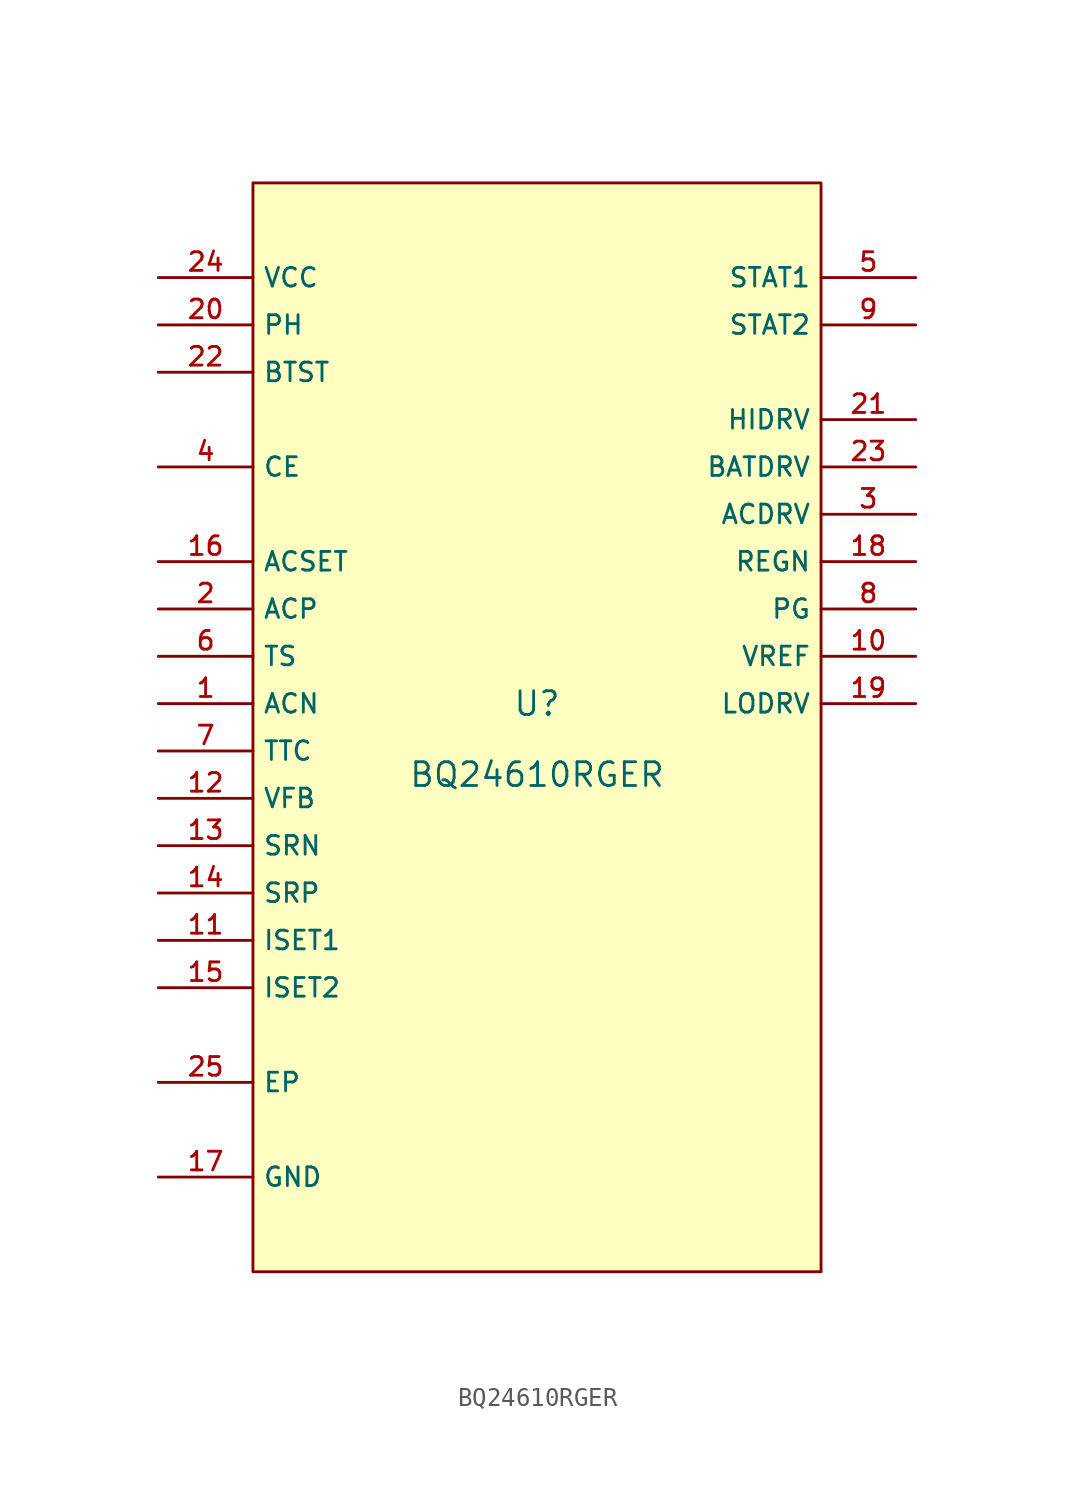
<source format=kicad_sym>
(kicad_symbol_lib
  (version 20210201)
  (generator TousstNicolas/JLC2KiCad_lib)
  (symbol "BQ24610RGER"
    (property "Reference" "U"
      (at 0 1.27 0)
      (effects (font (size 1.27 1.27))))
    (property "Value" "BQ24610RGER"
      (at 0 -2.54 0)
      (effects (font (size 1.27 1.27))))
    (symbol "BQ24610RGER_0_1"
      (pin power_in line (at -20.32 24.13 0) (length 5.08) (name "VCC" (effects (font (size 1 1)))) (number "24" (effects (font (size 1 1)))))
      (pin power_in line (at -20.32 21.59 0) (length 5.08) (name "PH" (effects (font (size 1 1)))) (number "20" (effects (font (size 1 1)))))
      (pin power_in line (at -20.32 19.05 0) (length 5.08) (name "BTST" (effects (font (size 1 1)))) (number "22" (effects (font (size 1 1)))))
      (pin input line (at -20.32 13.97 0) (length 5.08) (name "CE" (effects (font (size 1 1)))) (number "4" (effects (font (size 1 1)))))
      (pin input line (at -20.32 8.89 0) (length 5.08) (name "ACSET" (effects (font (size 1 1)))) (number "16" (effects (font (size 1 1)))))
      (pin unspecified line (at -20.32 6.35 0) (length 5.08) (name "ACP" (effects (font (size 1 1)))) (number "2" (effects (font (size 1 1)))))
      (pin input line (at -20.32 3.81 0) (length 5.08) (name "TS" (effects (font (size 1 1)))) (number "6" (effects (font (size 1 1)))))
      (pin unspecified line (at -20.32 1.27 0) (length 5.08) (name "ACN" (effects (font (size 1 1)))) (number "1" (effects (font (size 1 1)))))
      (pin input line (at -20.32 -1.27 0) (length 5.08) (name "TTC" (effects (font (size 1 1)))) (number "7" (effects (font (size 1 1)))))
      (pin unspecified line (at -20.32 -3.81 0) (length 5.08) (name "VFB" (effects (font (size 1 1)))) (number "12" (effects (font (size 1 1)))))
      (pin unspecified line (at -20.32 -6.35 0) (length 5.08) (name "SRN" (effects (font (size 1 1)))) (number "13" (effects (font (size 1 1)))))
      (pin unspecified line (at -20.32 -8.89 0) (length 5.08) (name "SRP" (effects (font (size 1 1)))) (number "14" (effects (font (size 1 1)))))
      (pin input line (at -20.32 -11.43 0) (length 5.08) (name "ISET1" (effects (font (size 1 1)))) (number "11" (effects (font (size 1 1)))))
      (pin input line (at -20.32 -13.97 0) (length 5.08) (name "ISET2" (effects (font (size 1 1)))) (number "15" (effects (font (size 1 1)))))
      (pin unspecified line (at -20.32 -19.05 0) (length 5.08) (name "EP" (effects (font (size 1 1)))) (number "25" (effects (font (size 1 1)))))
      (pin unspecified line (at -20.32 -24.13 0) (length 5.08) (name "GND" (effects (font (size 1 1)))) (number "17" (effects (font (size 1 1)))))
      (pin unspecified line (at 20.32 24.13 180) (length 5.08) (name "STAT1" (effects (font (size 1 1)))) (number "5" (effects (font (size 1 1)))))
      (pin unspecified line (at 20.32 21.59 180) (length 5.08) (name "STAT2" (effects (font (size 1 1)))) (number "9" (effects (font (size 1 1)))))
      (pin output line (at 20.32 16.51 180) (length 5.08) (name "HIDRV" (effects (font (size 1 1)))) (number "21" (effects (font (size 1 1)))))
      (pin output line (at 20.32 13.97 180) (length 5.08) (name "BATDRV" (effects (font (size 1 1)))) (number "23" (effects (font (size 1 1)))))
      (pin output line (at 20.32 11.43 180) (length 5.08) (name "ACDRV" (effects (font (size 1 1)))) (number "3" (effects (font (size 1 1)))))
      (pin output line (at 20.32 8.89 180) (length 5.08) (name "REGN" (effects (font (size 1 1)))) (number "18" (effects (font (size 1 1)))))
      (pin output line (at 20.32 6.35 180) (length 5.08) (name "PG" (effects (font (size 1 1)))) (number "8" (effects (font (size 1 1)))))
      (pin output line (at 20.32 3.81 180) (length 5.08) (name "VREF" (effects (font (size 1 1)))) (number "10" (effects (font (size 1 1)))))
      (pin output line (at 20.32 1.27 180) (length 5.08) (name "LODRV" (effects (font (size 1 1)))) (number "19" (effects (font (size 1 1)))))
      (rectangle (start -15.24 29.21) (end 15.24 -29.21) (stroke (width 0) (type default) (color 0 0 0 0)) (fill (type background))))))
</source>
